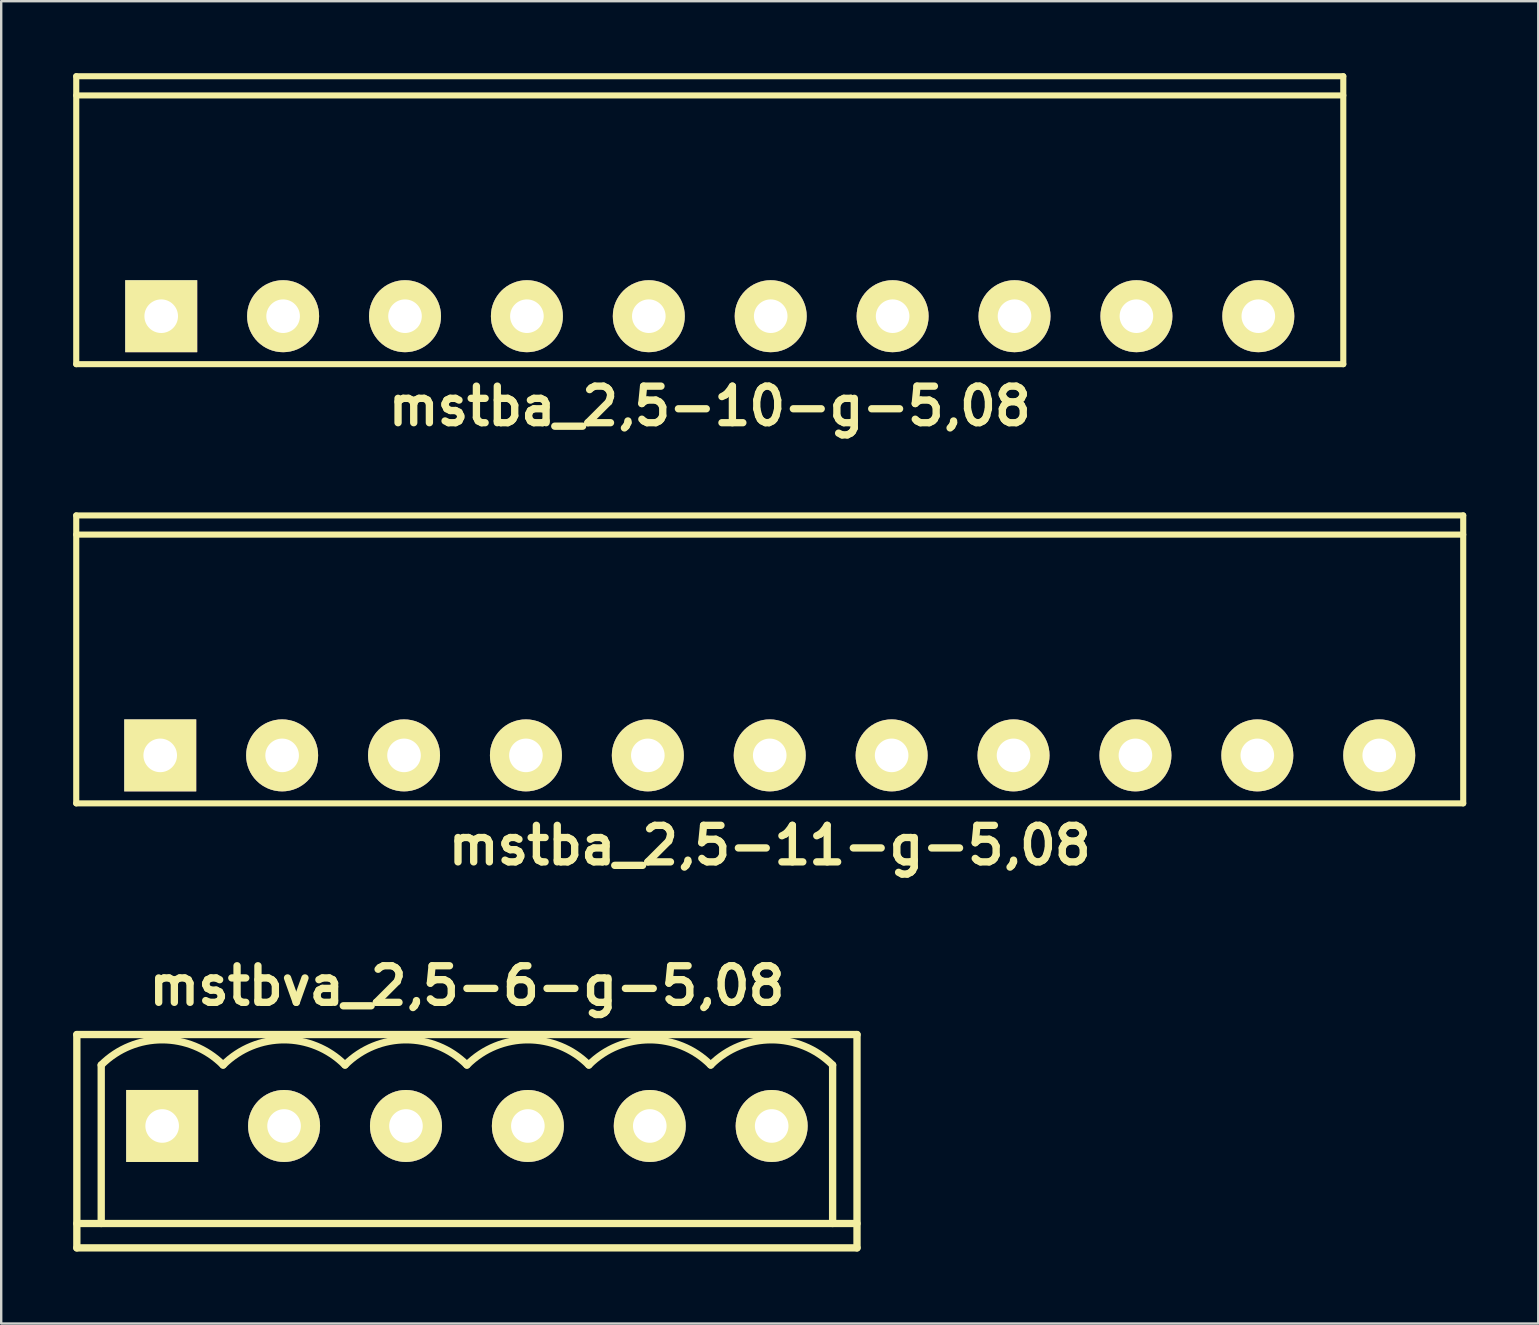
<source format=kicad_pcb>
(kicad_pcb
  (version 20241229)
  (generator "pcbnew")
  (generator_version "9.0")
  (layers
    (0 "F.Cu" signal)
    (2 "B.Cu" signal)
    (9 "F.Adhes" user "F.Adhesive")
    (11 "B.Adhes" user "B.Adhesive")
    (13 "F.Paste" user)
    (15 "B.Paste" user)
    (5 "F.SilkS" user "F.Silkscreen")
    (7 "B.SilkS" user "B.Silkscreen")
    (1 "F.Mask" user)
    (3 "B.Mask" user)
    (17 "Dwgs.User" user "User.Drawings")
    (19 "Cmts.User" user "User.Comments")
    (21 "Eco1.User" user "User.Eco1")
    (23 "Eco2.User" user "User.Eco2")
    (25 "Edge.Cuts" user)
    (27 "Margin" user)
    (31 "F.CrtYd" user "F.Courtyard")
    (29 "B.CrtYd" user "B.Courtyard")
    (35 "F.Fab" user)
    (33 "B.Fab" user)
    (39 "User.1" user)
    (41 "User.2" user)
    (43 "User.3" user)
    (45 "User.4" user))
  (footprint "mstba_2,5-11-g-5,08"
    (layer "F.Cu")
    (at 29.027 28.429)
    (property "Reference" "mstba_2,5-11-g-5,08" (at 0 3.749 0) (layer "F.SilkS") (effects (font (size 1.524 1.524) (thickness 0.305))))
    (attr through_hole)
    (fp_line (start -28.9 -10) (end 28.9 -10) (stroke (width 0.254) (type solid)) (layer "F.SilkS"))
    (fp_line (start -28.9 -9.2) (end 28.9 -9.2) (stroke (width 0.254) (type solid)) (layer "F.SilkS"))
    (fp_line (start -28.9 1.999) (end -28.9 -10) (stroke (width 0.254) (type solid)) (layer "F.SilkS"))
    (fp_line (start 28.9 -10) (end 28.9 1.999) (stroke (width 0.254) (type solid)) (layer "F.SilkS"))
    (fp_line (start 28.9 1.999) (end -28.9 1.999) (stroke (width 0.254) (type solid)) (layer "F.SilkS"))
    (pad "1" thru_hole rect (at -25.4 0) (size 3 3) (drill 1.4) (layers "*.Cu" "*.Mask" "F.SilkS"))
    (pad "2" thru_hole circle (at -20.32 0) (size 3 3) (drill 1.4) (layers "*.Cu" "*.Mask" "F.SilkS"))
    (pad "3" thru_hole circle (at -15.24 0) (size 3 3) (drill 1.4) (layers "*.Cu" "*.Mask" "F.SilkS"))
    (pad "4" thru_hole circle (at -10.16 0) (size 3 3) (drill 1.4) (layers "*.Cu" "*.Mask" "F.SilkS"))
    (pad "5" thru_hole circle (at -5.08 0) (size 3 3) (drill 1.4) (layers "*.Cu" "*.Mask" "F.SilkS"))
    (pad "6" thru_hole circle (at 0 0) (size 3 3) (drill 1.4) (layers "*.Cu" "*.Mask" "F.SilkS"))
    (pad "7" thru_hole circle (at 5.08 0) (size 3 3) (drill 1.4) (layers "*.Cu" "*.Mask" "F.SilkS"))
    (pad "8" thru_hole circle (at 10.16 0) (size 3 3) (drill 1.4) (layers "*.Cu" "*.Mask" "F.SilkS"))
    (pad "9" thru_hole circle (at 15.24 0) (size 3 3) (drill 1.4) (layers "*.Cu" "*.Mask" "F.SilkS"))
    (pad "10" thru_hole circle (at 20.32 0) (size 3 3) (drill 1.4) (layers "*.Cu" "*.Mask" "F.SilkS"))
    (pad "11" thru_hole circle (at 25.4 0) (size 3 3) (drill 1.4) (layers "*.Cu" "*.Mask" "F.SilkS")))
  (footprint "mstba_2,5-10-g-5,08"
    (layer "F.Cu")
    (at 26.528 10.127)
    (property "Reference" "mstba_2,5-10-g-5,08" (at 0 3.749 0) (layer "F.SilkS") (effects (font (size 1.524 1.524) (thickness 0.305))))
    (attr through_hole)
    (fp_line (start -26.401 -10) (end -26.401 1.999) (stroke (width 0.254) (type solid)) (layer "F.SilkS"))
    (fp_line (start -26.401 -9.2) (end 26.401 -9.2) (stroke (width 0.254) (type solid)) (layer "F.SilkS"))
    (fp_line (start -26.401 1.999) (end 26.401 1.999) (stroke (width 0.254) (type solid)) (layer "F.SilkS"))
    (fp_line (start 26.401 -10) (end -26.401 -10) (stroke (width 0.254) (type solid)) (layer "F.SilkS"))
    (fp_line (start 26.401 1.999) (end 26.401 -10) (stroke (width 0.254) (type solid)) (layer "F.SilkS"))
    (pad "1" thru_hole rect (at -22.86 0) (size 3 3) (drill 1.4) (layers "*.Cu" "*.Mask" "F.SilkS"))
    (pad "2" thru_hole circle (at -17.78 0) (size 3 3) (drill 1.4) (layers "*.Cu" "*.Mask" "F.SilkS"))
    (pad "3" thru_hole circle (at -12.7 0) (size 3 3) (drill 1.4) (layers "*.Cu" "*.Mask" "F.SilkS"))
    (pad "4" thru_hole circle (at -7.62 0) (size 3 3) (drill 1.4) (layers "*.Cu" "*.Mask" "F.SilkS"))
    (pad "5" thru_hole circle (at -2.54 0) (size 3 3) (drill 1.4) (layers "*.Cu" "*.Mask" "F.SilkS"))
    (pad "6" thru_hole circle (at 2.54 0) (size 3 3) (drill 1.4) (layers "*.Cu" "*.Mask" "F.SilkS"))
    (pad "7" thru_hole circle (at 7.62 0) (size 3 3) (drill 1.4) (layers "*.Cu" "*.Mask" "F.SilkS"))
    (pad "8" thru_hole circle (at 12.7 0) (size 3 3) (drill 1.4) (layers "*.Cu" "*.Mask" "F.SilkS"))
    (pad "9" thru_hole circle (at 17.78 0) (size 3 3) (drill 1.4) (layers "*.Cu" "*.Mask" "F.SilkS"))
    (pad "10" thru_hole circle (at 22.86 0) (size 3 3) (drill 1.4) (layers "*.Cu" "*.Mask" "F.SilkS")))
  (footprint "mstbva_2,5-6-g-5,08"
    (layer "F.Cu")
    (at 16.408 43.873)
    (property "Reference" "mstbva_2,5-6-g-5,08" (at 0 -5.842 0) (layer "F.SilkS") (effects (font (size 1.524 1.524) (thickness 0.305))))
    (attr through_hole)
    (fp_line (start -16.256 -3.81) (end -16.256 5.08) (stroke (width 0.305) (type solid)) (layer "F.SilkS"))
    (fp_line (start -16.256 4.064) (end 16.256 4.064) (stroke (width 0.305) (type solid)) (layer "F.SilkS"))
    (fp_line (start -15.24 -2.54) (end -15.24 4.064) (stroke (width 0.305) (type solid)) (layer "F.SilkS"))
    (fp_line (start 15.24 -2.54) (end 15.24 4.064) (stroke (width 0.305) (type solid)) (layer "F.SilkS"))
    (fp_line (start 16.256 -3.81) (end -16.256 -3.81) (stroke (width 0.305) (type solid)) (layer "F.SilkS"))
    (fp_line (start 16.256 5.08) (end -16.256 5.08) (stroke (width 0.305) (type solid)) (layer "F.SilkS"))
    (fp_line (start 16.256 5.08) (end 16.256 -3.81) (stroke (width 0.305) (type solid)) (layer "F.SilkS"))
    (fp_arc (start -15.24 -2.54) (mid -12.7 -3.592102) (end -10.16 -2.54) (stroke (width 0.3048) (type solid)) (layer "F.SilkS"))
    (fp_arc (start -10.16 -2.54) (mid -7.62 -3.592102) (end -5.08 -2.54) (stroke (width 0.3048) (type solid)) (layer "F.SilkS"))
    (fp_arc (start -5.08 -2.54) (mid -2.54 -3.592102) (end 0 -2.54) (stroke (width 0.3048) (type solid)) (layer "F.SilkS"))
    (fp_arc (start 0 -2.54) (mid 2.54 -3.592102) (end 5.08 -2.54) (stroke (width 0.3048) (type solid)) (layer "F.SilkS"))
    (fp_arc (start 5.08 -2.54) (mid 7.62 -3.592102) (end 10.16 -2.54) (stroke (width 0.3048) (type solid)) (layer "F.SilkS"))
    (fp_arc (start 10.16 -2.54) (mid 12.7 -3.592102) (end 15.24 -2.54) (stroke (width 0.3048) (type solid)) (layer "F.SilkS"))
    (pad "1" thru_hole rect (at -12.7 0) (size 3 3) (drill 1.4) (layers "*.Cu" "*.Mask" "F.SilkS"))
    (pad "2" thru_hole circle (at -7.62 0) (size 3 3) (drill 1.4) (layers "*.Cu" "*.Mask" "F.SilkS"))
    (pad "3" thru_hole circle (at -2.54 0) (size 3 3) (drill 1.4) (layers "*.Cu" "*.Mask" "F.SilkS"))
    (pad "4" thru_hole circle (at 2.54 0) (size 3 3) (drill 1.4) (layers "*.Cu" "*.Mask" "F.SilkS"))
    (pad "5" thru_hole circle (at 7.62 0) (size 3 3) (drill 1.4) (layers "*.Cu" "*.Mask" "F.SilkS"))
    (pad "6" thru_hole circle (at 12.7 0) (size 3 3) (drill 1.4) (layers "*.Cu" "*.Mask" "F.SilkS")))
  (gr_rect
    (start -3 -3)
    (end 61.054 52.106)
    (stroke (width 0.1) (type default))
    (fill no)
    (layer "Edge.Cuts")))
</source>
